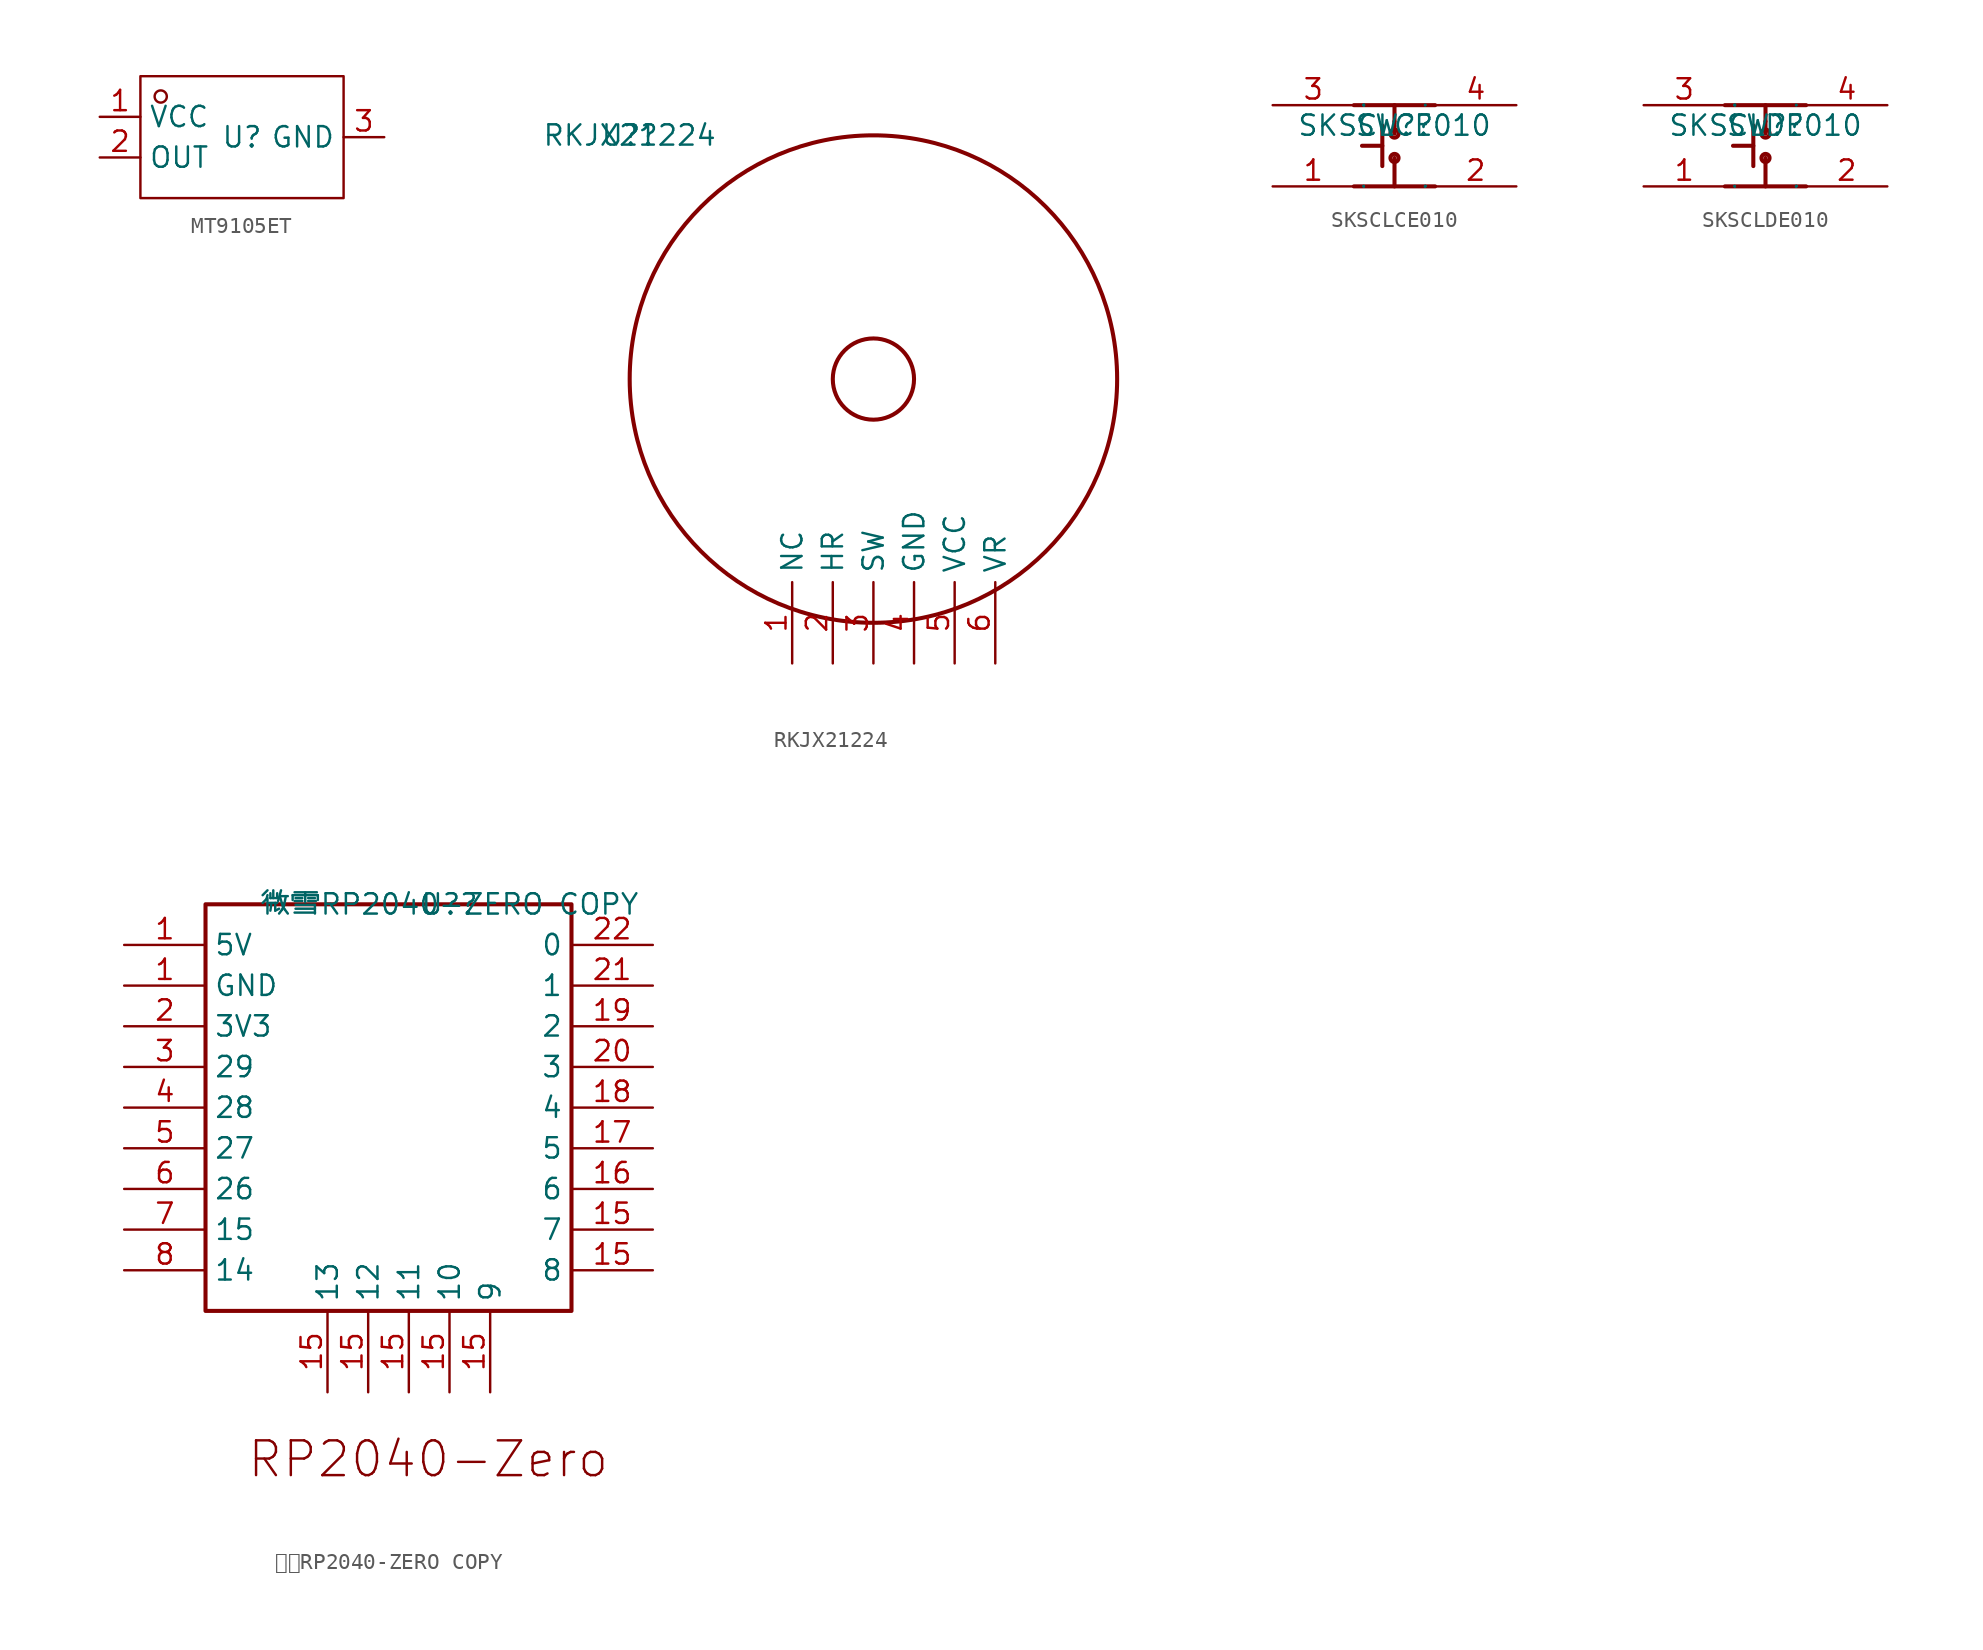
<source format=kicad_sym>
(kicad_symbol_lib
  (version 20231120)
  (generator "kicad_symbol_editor")
  (generator_version "8.0")
  (symbol "MT9105ET"
    (property "Reference" "U"
      (at 0 0 0)
      (effects (font (size 1.27 1.27))))
    (property "Value" ""
      (at 0 0 0)
      (effects (font (size 1.27 1.27))))
    (symbol "MT9105ET_1_0"
      (rectangle (start -6.35 -3.81) (end 6.35 3.81) (stroke (width 0) (type default)) (fill (type none)))
      (circle (center -5.08 2.54) (radius 0.381) (stroke (width 0) (type default)) (fill (type none)))
      (pin input line (at -8.89 1.27 0) (length 2.54) (name "VCC" (effects (font (size 1.27 1.27)))) (number "1" (effects (font (size 1.27 1.27)))))
      (pin output line (at -8.89 -1.27 0) (length 2.54) (name "OUT" (effects (font (size 1.27 1.27)))) (number "2" (effects (font (size 1.27 1.27)))))
      (pin bidirectional line (at 8.89 0 180) (length 2.54) (name "GND" (effects (font (size 1.27 1.27)))) (number "3" (effects (font (size 1.27 1.27)))))))
  (symbol "RKJX21224"
    (property "Reference" "U?"
      (at 0 0 0)
      (effects (font (size 1.27 1.27))))
    (property "Value" "RKJX21224"
      (at 0 0 0)
      (effects (font (size 1.27 1.27))))
    (symbol "RKJX21224_0_0"
      (circle (center 15.24 -15.24) (radius 2.54) (stroke (width 0.254) (type solid)) (fill (type none)))
      (circle (center 15.24 -15.24) (radius 15.24) (stroke (width 0.254) (type solid)) (fill (type none)))
      (pin unspecified line (at 10.16 -33.02 90) (length 5.08) (name "NC" (effects (font (size 1.27 1.27)))) (number "1" (effects (font (size 1.27 1.27)))))
      (pin unspecified line (at 12.7 -33.02 90) (length 5.08) (name "HR" (effects (font (size 1.27 1.27)))) (number "2" (effects (font (size 1.27 1.27)))))
      (pin unspecified line (at 15.24 -33.02 90) (length 5.08) (name "SW" (effects (font (size 1.27 1.27)))) (number "3" (effects (font (size 1.27 1.27)))))
      (pin unspecified line (at 17.78 -33.02 90) (length 5.08) (name "GND" (effects (font (size 1.27 1.27)))) (number "4" (effects (font (size 1.27 1.27)))))
      (pin unspecified line (at 20.32 -33.02 90) (length 5.08) (name "VCC" (effects (font (size 1.27 1.27)))) (number "5" (effects (font (size 1.27 1.27)))))
      (pin unspecified line (at 22.86 -33.02 90) (length 5.08) (name "VR" (effects (font (size 1.27 1.27)))) (number "6" (effects (font (size 1.27 1.27)))))))
  (symbol "SKSCLCE010"
    (property "Reference" "SW?"
      (at 0 0 0)
      (effects (font (size 1.27 1.27))))
    (property "Value" "SKSCLCE010"
      (at 0 0 0)
      (effects (font (size 1.27 1.27))))
    (symbol "SKSCLCE010_0_0"
      (circle (center 0 -2.032) (radius 0.254) (stroke (width 0.254) (type solid)) (fill (type none)))
      (circle (center 0 -0.508) (radius 0.254) (stroke (width 0.254) (type solid)) (fill (type none)))
      (polyline (pts (xy -2.54 -3.81) (xy 2.54 -3.81)) (stroke (width 0.254) (type solid)) (fill (type none)))
      (polyline (pts (xy -2.54 1.27) (xy 2.54 1.27)) (stroke (width 0.254) (type solid)) (fill (type none)))
      (polyline (pts (xy -0.762 -2.54) (xy -0.762 0)) (stroke (width 0.254) (type solid)) (fill (type none)))
      (polyline (pts (xy -0.762 -1.27) (xy -2.032 -1.27)) (stroke (width 0.254) (type solid)) (fill (type none)))
      (polyline (pts (xy 0 -3.81) (xy 0 -2.032)) (stroke (width 0.254) (type solid)) (fill (type none)))
      (polyline (pts (xy 0 0.254) (xy 0 -0.508)) (stroke (width 0.254) (type solid)) (fill (type none)))
      (polyline (pts (xy 0 1.27) (xy 0 0.254)) (stroke (width 0.254) (type solid)) (fill (type none)))
      (pin unspecified line (at -7.62 -3.81 0) (length 5.08) (name "1" (effects (font (size 0.025 0.025)))) (number "1" (effects (font (size 1.27 1.27)))))
      (pin unspecified line (at 7.62 -3.81 180) (length 5.08) (name "2" (effects (font (size 0.025 0.025)))) (number "2" (effects (font (size 1.27 1.27)))))
      (pin unspecified line (at -7.62 1.27 0) (length 5.08) (name "3" (effects (font (size 0.025 0.025)))) (number "3" (effects (font (size 1.27 1.27)))))
      (pin unspecified line (at 7.62 1.27 180) (length 5.08) (name "4" (effects (font (size 0.025 0.025)))) (number "4" (effects (font (size 1.27 1.27)))))))
  (symbol "SKSCLDE010"
    (property "Reference" "SW?"
      (at 0 0 0)
      (effects (font (size 1.27 1.27))))
    (property "Value" "SKSCLDE010"
      (at 0 0 0)
      (effects (font (size 1.27 1.27))))
    (symbol "SKSCLDE010_0_0"
      (circle (center 0 -2.032) (radius 0.254) (stroke (width 0.254) (type solid)) (fill (type none)))
      (circle (center 0 -0.508) (radius 0.254) (stroke (width 0.254) (type solid)) (fill (type none)))
      (polyline (pts (xy -2.54 -3.81) (xy 2.54 -3.81)) (stroke (width 0.254) (type solid)) (fill (type none)))
      (polyline (pts (xy -2.54 1.27) (xy 2.54 1.27)) (stroke (width 0.254) (type solid)) (fill (type none)))
      (polyline (pts (xy -0.762 -2.54) (xy -0.762 0)) (stroke (width 0.254) (type solid)) (fill (type none)))
      (polyline (pts (xy -0.762 -1.27) (xy -2.032 -1.27)) (stroke (width 0.254) (type solid)) (fill (type none)))
      (polyline (pts (xy 0 -3.81) (xy 0 -2.032)) (stroke (width 0.254) (type solid)) (fill (type none)))
      (polyline (pts (xy 0 0.254) (xy 0 -0.508)) (stroke (width 0.254) (type solid)) (fill (type none)))
      (polyline (pts (xy 0 1.27) (xy 0 0.254)) (stroke (width 0.254) (type solid)) (fill (type none)))
      (pin unspecified line (at -7.62 -3.81 0) (length 5.08) (name "1" (effects (font (size 0.025 0.025)))) (number "1" (effects (font (size 1.27 1.27)))))
      (pin unspecified line (at 7.62 -3.81 180) (length 5.08) (name "2" (effects (font (size 0.025 0.025)))) (number "2" (effects (font (size 1.27 1.27)))))
      (pin unspecified line (at -7.62 1.27 0) (length 5.08) (name "3" (effects (font (size 0.025 0.025)))) (number "3" (effects (font (size 1.27 1.27)))))
      (pin unspecified line (at 7.62 1.27 180) (length 5.08) (name "4" (effects (font (size 0.025 0.025)))) (number "4" (effects (font (size 1.27 1.27)))))))
  (symbol "微雪RP2040-ZERO COPY"
    (property "Reference" "U?"
      (at 0 0 0)
      (effects (font (size 1.27 1.27))))
    (property "Value" "微雪RP2040-ZERO COPY"
      (at 0 0 0)
      (effects (font (size 1.27 1.27))))
    (symbol "微雪RP2040-ZERO COPY_0_0"
      (rectangle (start -15.24 0) (end 7.62 -25.4) (stroke (width 0.254) (type solid)) (fill (type none)))
      (text "RP2040-Zero" (at -12.7 -33.388 0) (effects (font (face "KiCad Font") (size 2.172 2.172)) (justify left top)))
      (pin unspecified line (at -20.32 -2.54 0) (length 5.08) (name "5V" (effects (font (size 1.27 1.27)))) (number "1" (effects (font (size 1.27 1.27)))))
      (pin unspecified line (at -20.32 -5.08 0) (length 5.08) (name "GND" (effects (font (size 1.27 1.27)))) (number "1" (effects (font (size 1.27 1.27)))))
      (pin unspecified line (at 0 -30.48 90) (length 5.08) (name "10" (effects (font (size 1.27 1.27)))) (number "15" (effects (font (size 1.27 1.27)))))
      (pin unspecified line (at -2.54 -30.48 90) (length 5.08) (name "11" (effects (font (size 1.27 1.27)))) (number "15" (effects (font (size 1.27 1.27)))))
      (pin unspecified line (at -5.08 -30.48 90) (length 5.08) (name "12" (effects (font (size 1.27 1.27)))) (number "15" (effects (font (size 1.27 1.27)))))
      (pin unspecified line (at -7.62 -30.48 90) (length 5.08) (name "13" (effects (font (size 1.27 1.27)))) (number "15" (effects (font (size 1.27 1.27)))))
      (pin unspecified line (at 12.7 -20.32 180) (length 5.08) (name "7" (effects (font (size 1.27 1.27)))) (number "15" (effects (font (size 1.27 1.27)))))
      (pin unspecified line (at 12.7 -22.86 180) (length 5.08) (name "8" (effects (font (size 1.27 1.27)))) (number "15" (effects (font (size 1.27 1.27)))))
      (pin unspecified line (at 2.54 -30.48 90) (length 5.08) (name "9" (effects (font (size 1.27 1.27)))) (number "15" (effects (font (size 1.27 1.27)))))
      (pin unspecified line (at 12.7 -17.78 180) (length 5.08) (name "6" (effects (font (size 1.27 1.27)))) (number "16" (effects (font (size 1.27 1.27)))))
      (pin unspecified line (at 12.7 -15.24 180) (length 5.08) (name "5" (effects (font (size 1.27 1.27)))) (number "17" (effects (font (size 1.27 1.27)))))
      (pin unspecified line (at 12.7 -12.7 180) (length 5.08) (name "4" (effects (font (size 1.27 1.27)))) (number "18" (effects (font (size 1.27 1.27)))))
      (pin unspecified line (at 12.7 -7.62 180) (length 5.08) (name "2" (effects (font (size 1.27 1.27)))) (number "19" (effects (font (size 1.27 1.27)))))
      (pin unspecified line (at -20.32 -7.62 0) (length 5.08) (name "3V3" (effects (font (size 1.27 1.27)))) (number "2" (effects (font (size 1.27 1.27)))))
      (pin unspecified line (at 12.7 -10.16 180) (length 5.08) (name "3" (effects (font (size 1.27 1.27)))) (number "20" (effects (font (size 1.27 1.27)))))
      (pin unspecified line (at 12.7 -5.08 180) (length 5.08) (name "1" (effects (font (size 1.27 1.27)))) (number "21" (effects (font (size 1.27 1.27)))))
      (pin unspecified line (at 12.7 -2.54 180) (length 5.08) (name "0" (effects (font (size 1.27 1.27)))) (number "22" (effects (font (size 1.27 1.27)))))
      (pin unspecified line (at -20.32 -10.16 0) (length 5.08) (name "29" (effects (font (size 1.27 1.27)))) (number "3" (effects (font (size 1.27 1.27)))))
      (pin unspecified line (at -20.32 -12.7 0) (length 5.08) (name "28" (effects (font (size 1.27 1.27)))) (number "4" (effects (font (size 1.27 1.27)))))
      (pin unspecified line (at -20.32 -15.24 0) (length 5.08) (name "27" (effects (font (size 1.27 1.27)))) (number "5" (effects (font (size 1.27 1.27)))))
      (pin unspecified line (at -20.32 -17.78 0) (length 5.08) (name "26" (effects (font (size 1.27 1.27)))) (number "6" (effects (font (size 1.27 1.27)))))
      (pin unspecified line (at -20.32 -20.32 0) (length 5.08) (name "15" (effects (font (size 1.27 1.27)))) (number "7" (effects (font (size 1.27 1.27)))))
      (pin unspecified line (at -20.32 -22.86 0) (length 5.08) (name "14" (effects (font (size 1.27 1.27)))) (number "8" (effects (font (size 1.27 1.27))))))))
</source>
